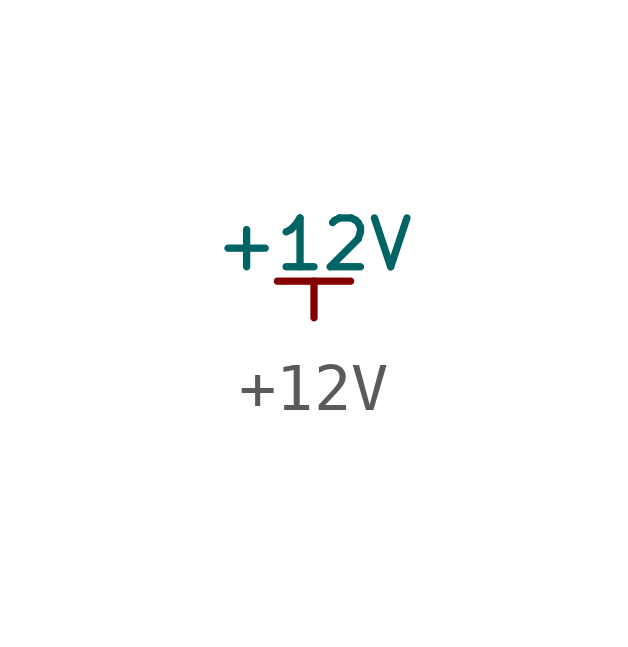
<source format=kicad_sym>
(kicad_symbol_lib
  (version 20211014)
  (generator kicad_symbol_editor)
  (symbol "+12V"
    (power)
    (pin_numbers hide)
    (pin_names
      (offset 0) hide)
    (property "Reference" "#PWR"
      (at 0.254 0 0)
      (effects (font (size 0.508 0.508)) hide))
    (property "Value" "+12V"
      (at 0 1.524 0)
      (effects (font (size 1.016 1.016))))
    (symbol "+12V_0_1"
      (polyline (pts (xy -0.762 0.762) (xy 0.762 0.762)) (stroke (width 0) (type default) (color 0 0 0 0)) (fill (type none)))
      (polyline (pts (xy 0 0) (xy 0 0.762)) (stroke (width 0) (type default) (color 0 0 0 0)) (fill (type none))))
    (symbol "+12V_1_1"
      (pin power_in line (at 0 0 90) (length 0) hide (name "+12V" (effects (font (size 1.27 1.27)))) (number "1" (effects (font (size 1.27 1.27))))))))
</source>
